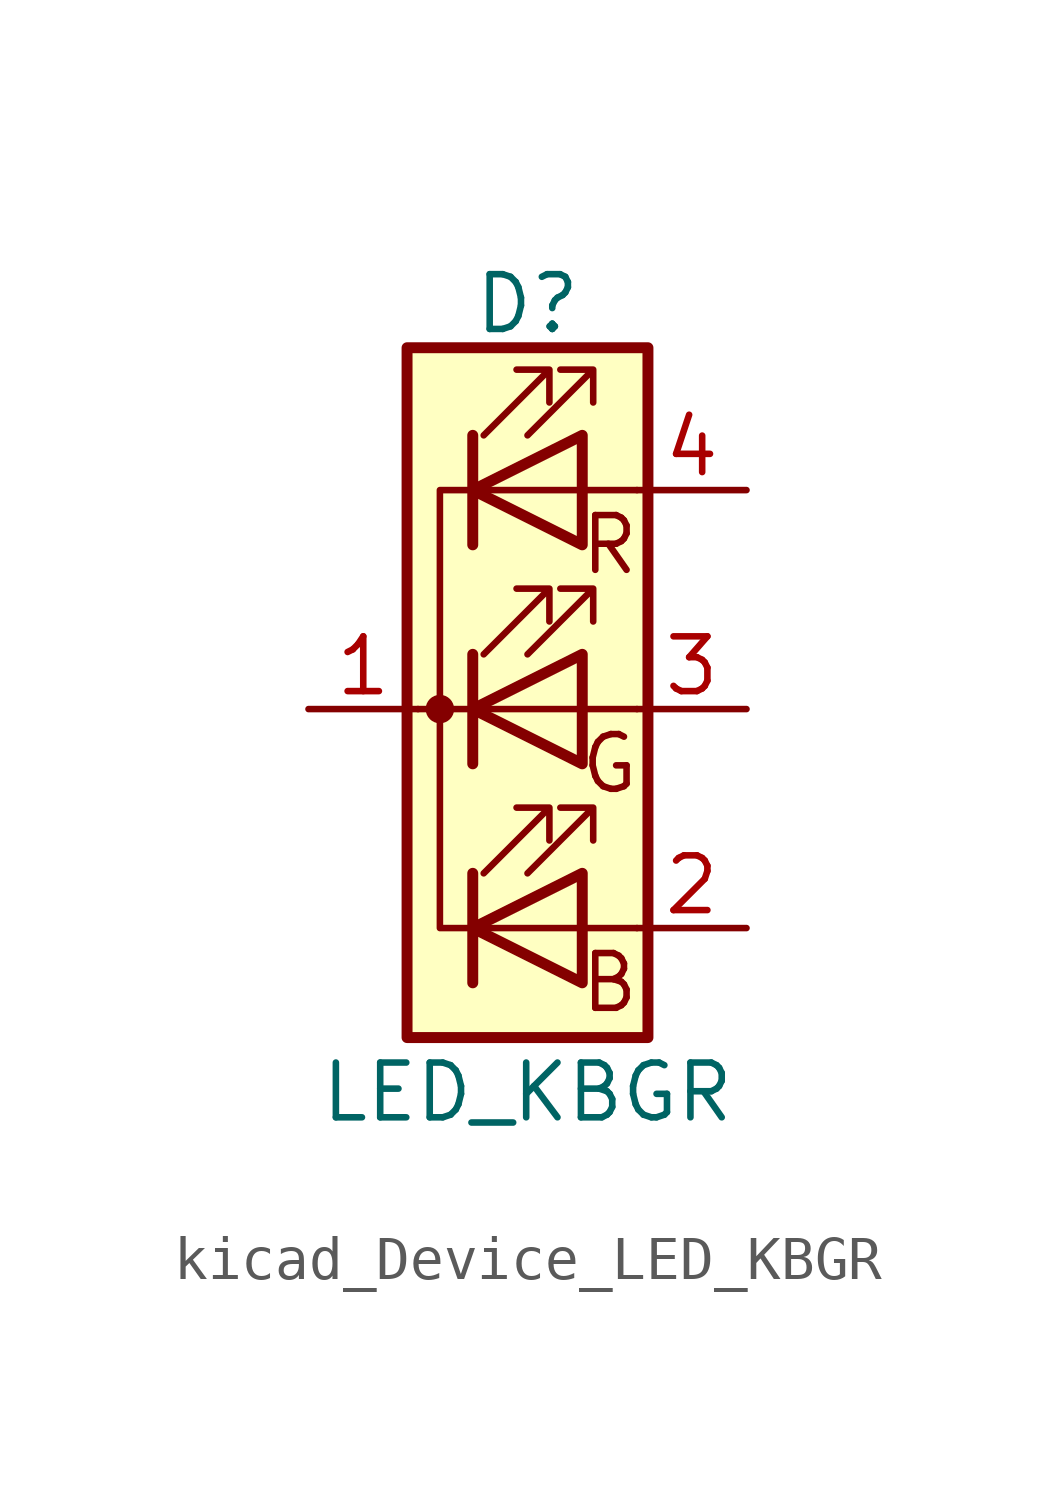
<source format=kicad_sym>
(kicad_symbol_lib
  (version 20220914)
  (generator kicad_symbol_editor)
  (symbol "kicad_Device_LED_KBGR"
    (pin_names
      (offset 0) hide)
    (property "Reference" "D"
      (at 0 9.398 0)
      (effects (font (size 1.27 1.27))))
    (property "Value" "LED_KBGR"
      (at 0 -8.89 0)
      (effects (font (size 1.27 1.27))))
    (symbol "kicad_Device_LED_KBGR_0_0"
      (text "B" (at 1.905 -6.35 0) (effects (font (size 1.27 1.27))))
      (text "G" (at 1.905 -1.27 0) (effects (font (size 1.27 1.27))))
      (text "R" (at 1.905 3.81 0) (effects (font (size 1.27 1.27)))))
    (symbol "kicad_Device_LED_KBGR_0_1"
      (circle (center -2.032 0) (radius 0.254) (stroke (width 0) (type default)) (fill (type outline)))
      (polyline (pts (xy -1.27 -5.08) (xy 1.27 -5.08)) (stroke (width 0) (type default)) (fill (type none)))
      (polyline (pts (xy -1.27 -3.81) (xy -1.27 -6.35)) (stroke (width 0.254) (type default)) (fill (type none)))
      (polyline (pts (xy -1.27 0) (xy -2.54 0)) (stroke (width 0) (type default)) (fill (type none)))
      (polyline (pts (xy -1.27 1.27) (xy -1.27 -1.27)) (stroke (width 0.254) (type default)) (fill (type none)))
      (polyline (pts (xy -1.27 5.08) (xy 1.27 5.08)) (stroke (width 0) (type default)) (fill (type none)))
      (polyline (pts (xy -1.27 6.35) (xy -1.27 3.81)) (stroke (width 0.254) (type default)) (fill (type none)))
      (polyline (pts (xy 1.27 -5.08) (xy 2.54 -5.08)) (stroke (width 0) (type default)) (fill (type none)))
      (polyline (pts (xy 1.27 0) (xy -1.27 0)) (stroke (width 0) (type default)) (fill (type none)))
      (polyline (pts (xy 1.27 0) (xy 2.54 0)) (stroke (width 0) (type default)) (fill (type none)))
      (polyline (pts (xy 1.27 5.08) (xy 2.54 5.08)) (stroke (width 0) (type default)) (fill (type none)))
      (polyline (pts (xy -1.27 1.27) (xy -1.27 -1.27) (xy -1.27 -1.27)) (stroke (width 0) (type default)) (fill (type none)))
      (polyline (pts (xy -1.27 6.35) (xy -1.27 3.81) (xy -1.27 3.81)) (stroke (width 0) (type default)) (fill (type none)))
      (polyline (pts (xy -1.27 5.08) (xy -2.032 5.08) (xy -2.032 -5.08) (xy -1.016 -5.08)) (stroke (width 0) (type default)) (fill (type none)))
      (polyline (pts (xy 1.27 -3.81) (xy 1.27 -6.35) (xy -1.27 -5.08) (xy 1.27 -3.81)) (stroke (width 0.254) (type default)) (fill (type none)))
      (polyline (pts (xy 1.27 1.27) (xy 1.27 -1.27) (xy -1.27 0) (xy 1.27 1.27)) (stroke (width 0.254) (type default)) (fill (type none)))
      (polyline (pts (xy 1.27 6.35) (xy 1.27 3.81) (xy -1.27 5.08) (xy 1.27 6.35)) (stroke (width 0.254) (type default)) (fill (type none)))
      (polyline (pts (xy -1.016 -3.81) (xy 0.508 -2.286) (xy -0.254 -2.286) (xy 0.508 -2.286) (xy 0.508 -3.048)) (stroke (width 0) (type default)) (fill (type none)))
      (polyline (pts (xy -1.016 1.27) (xy 0.508 2.794) (xy -0.254 2.794) (xy 0.508 2.794) (xy 0.508 2.032)) (stroke (width 0) (type default)) (fill (type none)))
      (polyline (pts (xy -1.016 6.35) (xy 0.508 7.874) (xy -0.254 7.874) (xy 0.508 7.874) (xy 0.508 7.112)) (stroke (width 0) (type default)) (fill (type none)))
      (polyline (pts (xy 0 -3.81) (xy 1.524 -2.286) (xy 0.762 -2.286) (xy 1.524 -2.286) (xy 1.524 -3.048)) (stroke (width 0) (type default)) (fill (type none)))
      (polyline (pts (xy 0 1.27) (xy 1.524 2.794) (xy 0.762 2.794) (xy 1.524 2.794) (xy 1.524 2.032)) (stroke (width 0) (type default)) (fill (type none)))
      (polyline (pts (xy 0 6.35) (xy 1.524 7.874) (xy 0.762 7.874) (xy 1.524 7.874) (xy 1.524 7.112)) (stroke (width 0) (type default)) (fill (type none)))
      (rectangle (start 1.27 -1.27) (end 1.27 1.27) (stroke (width 0) (type default)) (fill (type none)))
      (rectangle (start 1.27 1.27) (end 1.27 1.27) (stroke (width 0) (type default)) (fill (type none)))
      (rectangle (start 1.27 3.81) (end 1.27 6.35) (stroke (width 0) (type default)) (fill (type none)))
      (rectangle (start 1.27 6.35) (end 1.27 6.35) (stroke (width 0) (type default)) (fill (type none)))
      (rectangle (start 2.794 8.382) (end -2.794 -7.62) (stroke (width 0.254) (type default)) (fill (type background))))
    (symbol "kicad_Device_LED_KBGR_1_1"
      (pin passive line (at -5.08 0 0) (length 2.54) (name "K" (effects (font (size 1.27 1.27)))) (number "1" (effects (font (size 1.27 1.27)))))
      (pin passive line (at 5.08 -5.08 180) (length 2.54) (name "BA" (effects (font (size 1.27 1.27)))) (number "2" (effects (font (size 1.27 1.27)))))
      (pin passive line (at 5.08 0 180) (length 2.54) (name "GA" (effects (font (size 1.27 1.27)))) (number "3" (effects (font (size 1.27 1.27)))))
      (pin passive line (at 5.08 5.08 180) (length 2.54) (name "RA" (effects (font (size 1.27 1.27)))) (number "4" (effects (font (size 1.27 1.27))))))))
</source>
